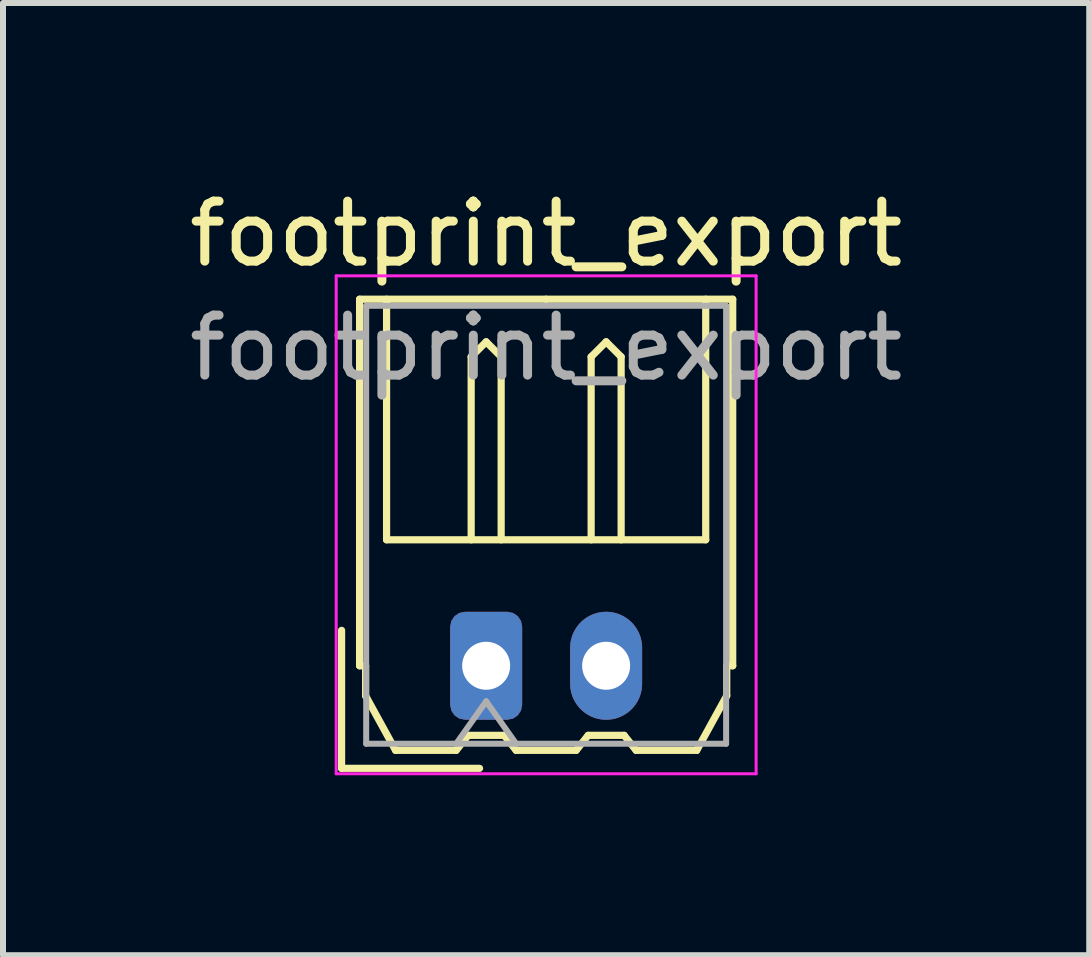
<source format=kicad_pcb>
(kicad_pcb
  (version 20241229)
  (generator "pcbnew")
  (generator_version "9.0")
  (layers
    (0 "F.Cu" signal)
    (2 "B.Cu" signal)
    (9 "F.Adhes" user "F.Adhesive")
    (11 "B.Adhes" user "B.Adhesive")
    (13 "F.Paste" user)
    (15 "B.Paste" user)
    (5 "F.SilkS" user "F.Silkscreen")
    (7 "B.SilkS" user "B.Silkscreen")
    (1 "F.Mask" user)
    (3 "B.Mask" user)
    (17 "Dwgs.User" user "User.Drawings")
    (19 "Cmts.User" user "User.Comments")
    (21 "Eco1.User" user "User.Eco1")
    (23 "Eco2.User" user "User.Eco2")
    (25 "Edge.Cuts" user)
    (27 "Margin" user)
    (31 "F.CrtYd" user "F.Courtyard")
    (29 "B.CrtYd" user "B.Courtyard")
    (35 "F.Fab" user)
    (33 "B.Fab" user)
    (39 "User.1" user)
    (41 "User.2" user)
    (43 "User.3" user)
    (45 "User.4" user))
  (footprint "footprint_export"
    (layer "F.Cu")
    (at 5.054 8.048)
    (property "Reference" "footprint_export" (at 1 -7.2 0) (layer "F.SilkS") (effects (font (size 1 1) (thickness 0.15))))
    (attr through_hole)
    (fp_line (start -2.41 1.71) (end -2.41 -0.59) (stroke (width 0.12) (type solid)) (layer "F.SilkS"))
    (fp_line (start -2.11 -6.11) (end 1 -6.11) (stroke (width 0.12) (type solid)) (layer "F.SilkS"))
    (fp_line (start -2.11 0) (end -2.11 -6.11) (stroke (width 0.12) (type solid)) (layer "F.SilkS"))
    (fp_line (start -2.01 0) (end -2.11 0) (stroke (width 0.12) (type solid)) (layer "F.SilkS"))
    (fp_line (start -2.01 0.5) (end -2.01 0) (stroke (width 0.12) (type solid)) (layer "F.SilkS"))
    (fp_line (start -1.66 -6.11) (end -1.66 -2.1) (stroke (width 0.12) (type solid)) (layer "F.SilkS"))
    (fp_line (start -1.66 -2.1) (end 3.66 -2.1) (stroke (width 0.12) (type solid)) (layer "F.SilkS"))
    (fp_line (start -1.51 1.41) (end -2.01 0.5) (stroke (width 0.12) (type solid)) (layer "F.SilkS"))
    (fp_line (start -0.5 1.41) (end -1.51 1.41) (stroke (width 0.12) (type solid)) (layer "F.SilkS"))
    (fp_line (start -0.3 1.16) (end -0.5 1.41) (stroke (width 0.12) (type solid)) (layer "F.SilkS"))
    (fp_line (start -0.3 1.16) (end 0.3 1.16) (stroke (width 0.12) (type solid)) (layer "F.SilkS"))
    (fp_line (start -0.25 -5.15) (end 0 -5.4) (stroke (width 0.12) (type solid)) (layer "F.SilkS"))
    (fp_line (start -0.25 -2.1) (end -0.25 -5.15) (stroke (width 0.12) (type solid)) (layer "F.SilkS"))
    (fp_line (start -0.11 1.71) (end -2.41 1.71) (stroke (width 0.12) (type solid)) (layer "F.SilkS"))
    (fp_line (start 0 -5.4) (end 0.25 -5.15) (stroke (width 0.12) (type solid)) (layer "F.SilkS"))
    (fp_line (start 0.25 -5.15) (end 0.25 -2.1) (stroke (width 0.12) (type solid)) (layer "F.SilkS"))
    (fp_line (start 0.3 1.16) (end 0.5 1.41) (stroke (width 0.12) (type solid)) (layer "F.SilkS"))
    (fp_line (start 0.5 1.41) (end 1.5 1.41) (stroke (width 0.12) (type solid)) (layer "F.SilkS"))
    (fp_line (start 1.5 1.41) (end 1.7 1.16) (stroke (width 0.12) (type solid)) (layer "F.SilkS"))
    (fp_line (start 1.7 1.16) (end 2.3 1.16) (stroke (width 0.12) (type solid)) (layer "F.SilkS"))
    (fp_line (start 1.75 -5.15) (end 2 -5.4) (stroke (width 0.12) (type solid)) (layer "F.SilkS"))
    (fp_line (start 1.75 -2.1) (end 1.75 -5.15) (stroke (width 0.12) (type solid)) (layer "F.SilkS"))
    (fp_line (start 2 -5.4) (end 2.25 -5.15) (stroke (width 0.12) (type solid)) (layer "F.SilkS"))
    (fp_line (start 2.25 -5.15) (end 2.25 -2.1) (stroke (width 0.12) (type solid)) (layer "F.SilkS"))
    (fp_line (start 2.3 1.16) (end 2.5 1.41) (stroke (width 0.12) (type solid)) (layer "F.SilkS"))
    (fp_line (start 2.5 1.41) (end 3.51 1.41) (stroke (width 0.12) (type solid)) (layer "F.SilkS"))
    (fp_line (start 3.51 1.41) (end 4.01 0.5) (stroke (width 0.12) (type solid)) (layer "F.SilkS"))
    (fp_line (start 3.66 -2.1) (end 3.66 -6.11) (stroke (width 0.12) (type solid)) (layer "F.SilkS"))
    (fp_line (start 4.01 0) (end 4.11 0) (stroke (width 0.12) (type solid)) (layer "F.SilkS"))
    (fp_line (start 4.01 0.5) (end 4.01 0) (stroke (width 0.12) (type solid)) (layer "F.SilkS"))
    (fp_line (start 4.11 -6.11) (end 1 -6.11) (stroke (width 0.12) (type solid)) (layer "F.SilkS"))
    (fp_line (start 4.11 0) (end 4.11 -6.11) (stroke (width 0.12) (type solid)) (layer "F.SilkS"))
    (fp_line (start -2.5 -6.5) (end -2.5 1.8) (stroke (width 0.05) (type solid)) (layer "F.CrtYd"))
    (fp_line (start -2.5 1.8) (end 4.5 1.8) (stroke (width 0.05) (type solid)) (layer "F.CrtYd"))
    (fp_line (start 4.5 -6.5) (end -2.5 -6.5) (stroke (width 0.05) (type solid)) (layer "F.CrtYd"))
    (fp_line (start 4.5 1.8) (end 4.5 -6.5) (stroke (width 0.05) (type solid)) (layer "F.CrtYd"))
    (fp_line (start -2 -6) (end -2 1.3) (stroke (width 0.1) (type solid)) (layer "F.Fab"))
    (fp_line (start -2 1.3) (end 4 1.3) (stroke (width 0.1) (type solid)) (layer "F.Fab"))
    (fp_line (start -0.5 1.3) (end 0 0.593) (stroke (width 0.1) (type solid)) (layer "F.Fab"))
    (fp_line (start 0 0.593) (end 0.5 1.3) (stroke (width 0.1) (type solid)) (layer "F.Fab"))
    (fp_line (start 4 -6) (end -2 -6) (stroke (width 0.1) (type solid)) (layer "F.Fab"))
    (fp_line (start 4 1.3) (end 4 -6) (stroke (width 0.1) (type solid)) (layer "F.Fab"))
    (fp_text user "${REFERENCE}" (at 1 -5.3 0) (layer "F.Fab") (effects (font (size 1 1) (thickness 0.15))))
    (pad "1" thru_hole roundrect (at 0 0) (size 1.2 1.8) (drill 0.8) (layers "*.Cu" "*.Mask") (roundrect_rratio 0.208))
    (pad "2" thru_hole oval (at 2 0) (size 1.2 1.8) (drill 0.8) (layers "*.Cu" "*.Mask")))
  (gr_rect
    (start -3 -3)
    (end 15.107 12.873)
    (stroke (width 0.1) (type default))
    (fill no)
    (layer "Edge.Cuts")))
</source>
